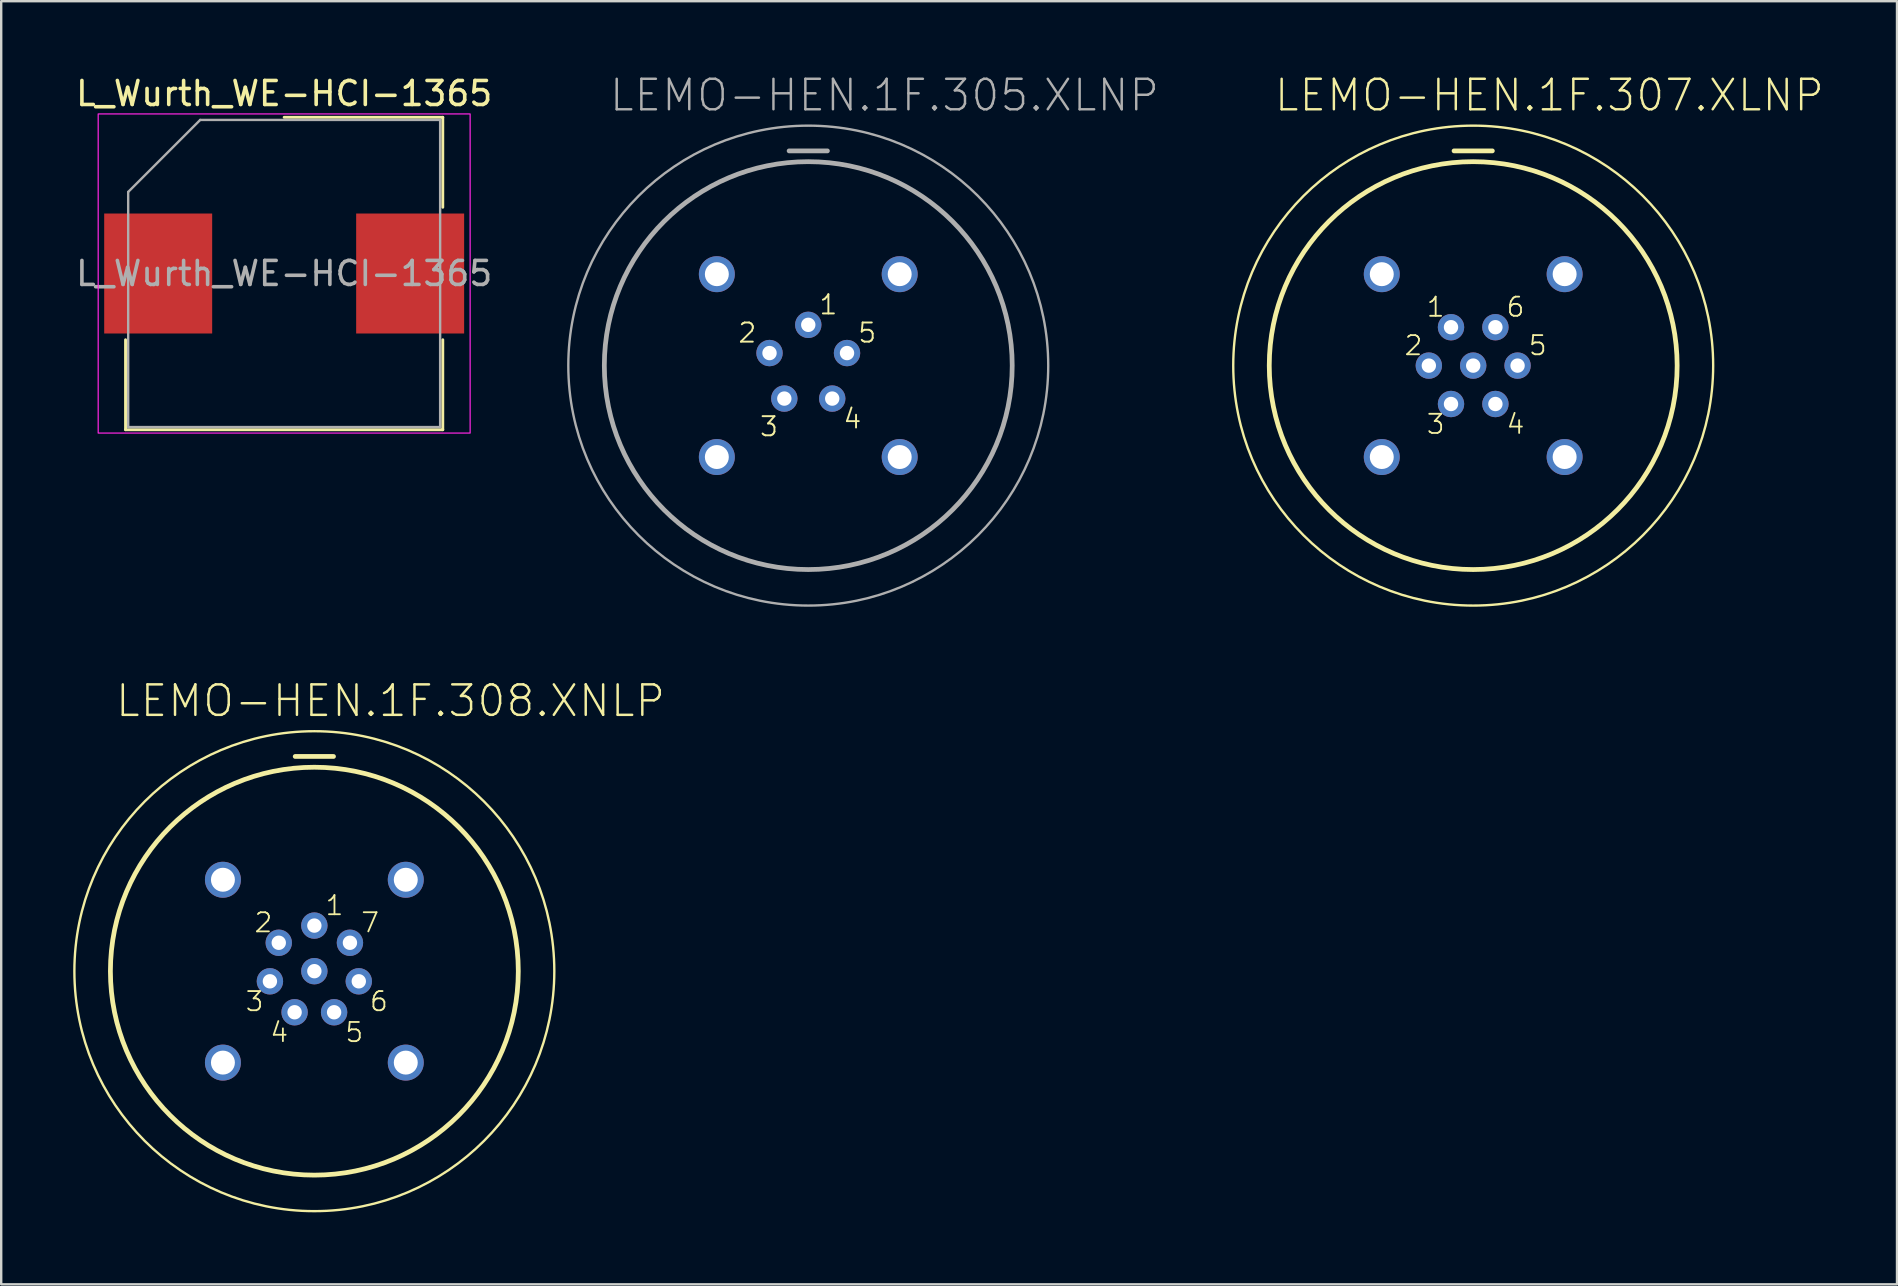
<source format=kicad_pcb>
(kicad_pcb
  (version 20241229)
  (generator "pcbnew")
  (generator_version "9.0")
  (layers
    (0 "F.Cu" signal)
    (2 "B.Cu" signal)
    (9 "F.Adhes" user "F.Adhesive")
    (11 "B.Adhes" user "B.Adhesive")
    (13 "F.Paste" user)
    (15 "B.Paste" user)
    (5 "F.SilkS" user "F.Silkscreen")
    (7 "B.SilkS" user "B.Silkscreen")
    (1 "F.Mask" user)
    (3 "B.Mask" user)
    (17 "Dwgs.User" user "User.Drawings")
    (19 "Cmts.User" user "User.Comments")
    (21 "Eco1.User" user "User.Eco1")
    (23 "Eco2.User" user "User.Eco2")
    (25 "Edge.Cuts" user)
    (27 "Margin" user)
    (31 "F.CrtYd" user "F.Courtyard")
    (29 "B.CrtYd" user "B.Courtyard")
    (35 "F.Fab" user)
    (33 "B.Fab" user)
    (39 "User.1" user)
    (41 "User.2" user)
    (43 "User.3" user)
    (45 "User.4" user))
  (footprint "LEMO-HEN.1F.307.XLNP"
    (layer "F.Cu")
    (at 58.343 12.186)
    (property "Reference" "LEMO-HEN.1F.307.XLNP" (at 3.175 -11.265 0) (layer "F.SilkS") (effects (font (size 1.27 1.27) (thickness 0.102))))
    (attr exclude_from_pos_files exclude_from_bom)
    (fp_line (start -0.798 -8.948) (end 0.798 -8.948) (stroke (width 0.198) (type solid)) (layer "F.SilkS"))
    (fp_circle (center 0 0) (end 0 -10) (stroke (width 0.099) (type solid)) (fill no) (layer "F.SilkS"))
    (fp_circle (center 0 0) (end 0 -8.499) (stroke (width 0.198) (type solid)) (fill no) (layer "F.SilkS"))
    (fp_text user "4" (at 1.763 2.441 0) (layer "F.SilkS") (effects (font (size 0.798 0.798) (thickness 0.076))))
    (fp_text user "3" (at -1.565 2.441 0) (layer "F.SilkS") (effects (font (size 0.798 0.798) (thickness 0.076))))
    (fp_text user "5" (at 2.69 -0.838 0) (layer "F.SilkS") (effects (font (size 0.798 0.798) (thickness 0.076))))
    (fp_text user "6" (at 1.763 -2.441 0) (layer "F.SilkS") (effects (font (size 0.798 0.798) (thickness 0.076))))
    (fp_text user "1" (at -1.565 -2.441 0) (layer "F.SilkS") (effects (font (size 0.798 0.798) (thickness 0.076))))
    (fp_text user "2" (at -2.489 -0.838 0) (layer "F.SilkS") (effects (font (size 0.798 0.798) (thickness 0.076))))
    (pad "1" thru_hole circle (at -0.925 -1.6) (size 1.1 1.1) (drill 0.599) (layers "*.Cu" "*.Paste" "*.Mask"))
    (pad "2" thru_hole circle (at -1.849 0) (size 1.1 1.1) (drill 0.599) (layers "*.Cu" "*.Paste" "*.Mask"))
    (pad "3" thru_hole circle (at -0.925 1.6) (size 1.1 1.1) (drill 0.599) (layers "*.Cu" "*.Paste" "*.Mask"))
    (pad "4" thru_hole circle (at 0.925 1.6) (size 1.1 1.1) (drill 0.599) (layers "*.Cu" "*.Paste" "*.Mask"))
    (pad "5" thru_hole circle (at 1.849 0) (size 1.1 1.1) (drill 0.599) (layers "*.Cu" "*.Paste" "*.Mask"))
    (pad "6" thru_hole circle (at 0.925 -1.6) (size 1.1 1.1) (drill 0.599) (layers "*.Cu" "*.Paste" "*.Mask"))
    (pad "7" thru_hole circle (at 0 0) (size 1.1 1.1) (drill 0.599) (layers "*.Cu" "*.Paste" "*.Mask"))
    (pad "9" thru_hole circle (at -3.81 3.81) (size 1.499 1.499) (drill 0.998) (layers "*.Cu" "*.Paste" "*.Mask"))
    (pad "10" thru_hole circle (at 3.81 3.81) (size 1.499 1.499) (drill 0.998) (layers "*.Cu" "*.Paste" "*.Mask"))
    (pad "11" thru_hole circle (at 3.81 -3.81) (size 1.499 1.499) (drill 0.998) (layers "*.Cu" "*.Paste" "*.Mask"))
    (pad "12" thru_hole circle (at -3.81 -3.81) (size 1.499 1.499) (drill 0.998) (layers "*.Cu" "*.Paste" "*.Mask")))
  (footprint "LEMO-HEN.1F.308.XNLP"
    (layer "F.Cu")
    (at 10.05 37.422)
    (property "Reference" "LEMO-HEN.1F.308.XNLP" (at 3.175 -11.265 0) (layer "F.SilkS") (effects (font (size 1.27 1.27) (thickness 0.102))))
    (attr exclude_from_pos_files exclude_from_bom)
    (fp_line (start -0.798 -8.948) (end 0.798 -8.948) (stroke (width 0.198) (type solid)) (layer "F.SilkS"))
    (fp_circle (center 0 0) (end 0 -10) (stroke (width 0.099) (type solid)) (fill no) (layer "F.SilkS"))
    (fp_circle (center 0 0) (end 0 -8.499) (stroke (width 0.198) (type solid)) (fill no) (layer "F.SilkS"))
    (fp_text user "1" (at 0.838 -2.738 0) (layer "F.SilkS") (effects (font (size 0.798 0.798) (thickness 0.076))))
    (fp_text user "7" (at 2.324 -2.024 0) (layer "F.SilkS") (effects (font (size 0.798 0.798) (thickness 0.076))))
    (fp_text user "6" (at 2.69 1.262 0) (layer "F.SilkS") (effects (font (size 0.798 0.798) (thickness 0.076))))
    (fp_text user "2" (at -2.123 -2.024 0) (layer "F.SilkS") (effects (font (size 0.798 0.798) (thickness 0.076))))
    (fp_text user "5" (at 1.664 2.55 0) (layer "F.SilkS") (effects (font (size 0.798 0.798) (thickness 0.076))))
    (fp_text user "3" (at -2.492 1.262 0) (layer "F.SilkS") (effects (font (size 0.798 0.798) (thickness 0.076))))
    (fp_text user "4" (at -1.463 2.55 0) (layer "F.SilkS") (effects (font (size 0.798 0.798) (thickness 0.076))))
    (fp_text user "The 3d model is wrong, we know" (at 0.2 5.2 0) (layer "Eco1.User") (effects (font (size 0.25 0.25) (thickness 0.05))))
    (pad "1" thru_hole circle (at 0 -1.9) (size 1.1 1.1) (drill 0.599) (layers "*.Cu" "*.Paste" "*.Mask"))
    (pad "2" thru_hole circle (at -1.483 -1.184) (size 1.1 1.1) (drill 0.599) (layers "*.Cu" "*.Paste" "*.Mask"))
    (pad "3" thru_hole circle (at -1.852 0.422) (size 1.1 1.1) (drill 0.599) (layers "*.Cu" "*.Paste" "*.Mask"))
    (pad "4" thru_hole circle (at -0.823 1.712) (size 1.1 1.1) (drill 0.599) (layers "*.Cu" "*.Paste" "*.Mask"))
    (pad "5" thru_hole circle (at 0.823 1.712) (size 1.1 1.1) (drill 0.599) (layers "*.Cu" "*.Paste" "*.Mask"))
    (pad "6" thru_hole circle (at 1.852 0.422) (size 1.1 1.1) (drill 0.599) (layers "*.Cu" "*.Paste" "*.Mask"))
    (pad "7" thru_hole circle (at 1.483 -1.184) (size 1.1 1.1) (drill 0.599) (layers "*.Cu" "*.Paste" "*.Mask"))
    (pad "8" thru_hole circle (at 0 0) (size 1.1 1.1) (drill 0.599) (layers "*.Cu" "*.Paste" "*.Mask"))
    (pad "9" thru_hole circle (at -3.81 3.81) (size 1.499 1.499) (drill 0.998) (layers "*.Cu" "*.Paste" "*.Mask"))
    (pad "10" thru_hole circle (at 3.81 3.81) (size 1.499 1.499) (drill 0.998) (layers "*.Cu" "*.Paste" "*.Mask"))
    (pad "11" thru_hole circle (at 3.81 -3.81) (size 1.499 1.499) (drill 0.998) (layers "*.Cu" "*.Paste" "*.Mask"))
    (pad "12" thru_hole circle (at -3.81 -3.81) (size 1.499 1.499) (drill 0.998) (layers "*.Cu" "*.Paste" "*.Mask")))
  (footprint "LEMO-HEN.1F.305.XLNP"
    (layer "F.Cu")
    (at 30.633 12.186)
    (property "Reference" "LEMO-HEN.1F.305.XLNP" (at 3.175 -11.265 0) (layer "F.Fab") (effects (font (size 1.27 1.27) (thickness 0.102))))
    (attr exclude_from_pos_files exclude_from_bom)
    (fp_line (start -0.798 -8.948) (end 0.798 -8.948) (stroke (width 0.198) (type solid)) (layer "F.Fab"))
    (fp_circle (center 0 0) (end 8.499 0) (stroke (width 0.198) (type solid)) (fill no) (layer "F.Fab"))
    (fp_circle (center 0 0) (end 10 0) (stroke (width 0.099) (type solid)) (fill no) (layer "F.Fab"))
    (fp_text user "4" (at 1.839 2.215 0) (layer "F.SilkS") (effects (font (size 0.798 0.798) (thickness 0.08))))
    (fp_text user "1" (at 0.838 -2.54 0) (layer "F.SilkS") (effects (font (size 0.798 0.798) (thickness 0.08))))
    (fp_text user "5" (at 2.456 -1.364 0) (layer "F.SilkS") (effects (font (size 0.798 0.798) (thickness 0.08))))
    (fp_text user "2" (at -2.54 -1.364 0) (layer "F.SilkS") (effects (font (size 0.798 0.798) (thickness 0.08))))
    (fp_text user "3" (at -1.638 2.54 0) (layer "F.SilkS") (effects (font (size 0.798 0.798) (thickness 0.08))))
    (pad "1" thru_hole circle (at 0 -1.699) (size 1.1 1.1) (drill 0.599) (layers "*.Cu" "*.Paste" "*.Mask"))
    (pad "2" thru_hole circle (at -1.615 -0.523) (size 1.1 1.1) (drill 0.599) (layers "*.Cu" "*.Paste" "*.Mask"))
    (pad "3" thru_hole circle (at -0.998 1.374) (size 1.1 1.1) (drill 0.599) (layers "*.Cu" "*.Paste" "*.Mask"))
    (pad "4" thru_hole circle (at 0.998 1.374) (size 1.1 1.1) (drill 0.599) (layers "*.Cu" "*.Paste" "*.Mask"))
    (pad "5" thru_hole circle (at 1.615 -0.523) (size 1.1 1.1) (drill 0.599) (layers "*.Cu" "*.Paste" "*.Mask"))
    (pad "7" thru_hole circle (at -3.81 3.81) (size 1.499 1.499) (drill 0.998) (layers "*.Cu" "*.Paste" "*.Mask"))
    (pad "8" thru_hole circle (at 3.81 3.81) (size 1.499 1.499) (drill 0.998) (layers "*.Cu" "*.Paste" "*.Mask"))
    (pad "9" thru_hole circle (at 3.81 -3.81) (size 1.499 1.499) (drill 0.998) (layers "*.Cu" "*.Paste" "*.Mask"))
    (pad "10" thru_hole circle (at -3.81 -3.81) (size 1.499 1.499) (drill 0.998) (layers "*.Cu" "*.Paste" "*.Mask")))
  (footprint "L_Wurth_WE-HCI-1365"
    (layer "F.Cu")
    (at 8.792 8.348)
    (property "Reference" "L_Wurth_WE-HCI-1365" (at 0 -7.5 0) (unlocked yes) (layer "F.SilkS") (effects (font (size 1 1) (thickness 0.15))))
    (attr smd)
    (fp_line (start -6.61 6.51) (end -6.61 2.76) (stroke (width 0.12) (type solid)) (layer "F.SilkS"))
    (fp_line (start -6.61 6.51) (end 6.61 6.51) (stroke (width 0.12) (type solid)) (layer "F.SilkS"))
    (fp_line (start 0 -6.51) (end 6.61 -6.51) (stroke (width 0.12) (type solid)) (layer "F.SilkS"))
    (fp_line (start 6.61 -6.51) (end 6.61 -2.76) (stroke (width 0.12) (type solid)) (layer "F.SilkS"))
    (fp_line (start 6.61 2.76) (end 6.61 6.51) (stroke (width 0.12) (type solid)) (layer "F.SilkS"))
    (fp_rect (start -7.75 -6.65) (end 7.75 6.65) (stroke (width 0.05) (type solid)) (fill no) (layer "F.CrtYd"))
    (fp_line (start -6.5 -3.4) (end -6.5 6.4) (stroke (width 0.1) (type solid)) (layer "F.Fab"))
    (fp_line (start -6.5 6.4) (end 6.5 6.4) (stroke (width 0.1) (type solid)) (layer "F.Fab"))
    (fp_line (start -3.5 -6.4) (end -6.5 -3.4) (stroke (width 0.1) (type solid)) (layer "F.Fab"))
    (fp_line (start -3.5 -6.4) (end 6.5 -6.4) (stroke (width 0.1) (type solid)) (layer "F.Fab"))
    (fp_line (start 6.5 -6.4) (end 6.5 6.4) (stroke (width 0.1) (type solid)) (layer "F.Fab"))
    (fp_text user "${REFERENCE}" (at 0 0 0) (unlocked yes) (layer "F.Fab") (effects (font (size 1 1) (thickness 0.15))))
    (pad "1" smd rect (at -5.25 0) (size 4.5 5) (layers "F.Cu" "F.Mask" "F.Paste"))
    (pad "2" smd rect (at 5.25 0) (size 4.5 5) (layers "F.Cu" "F.Mask" "F.Paste")))
  (gr_rect
    (start -3 -3)
    (end 76.004 50.471)
    (stroke (width 0.1) (type default))
    (fill no)
    (layer "Edge.Cuts")))
</source>
